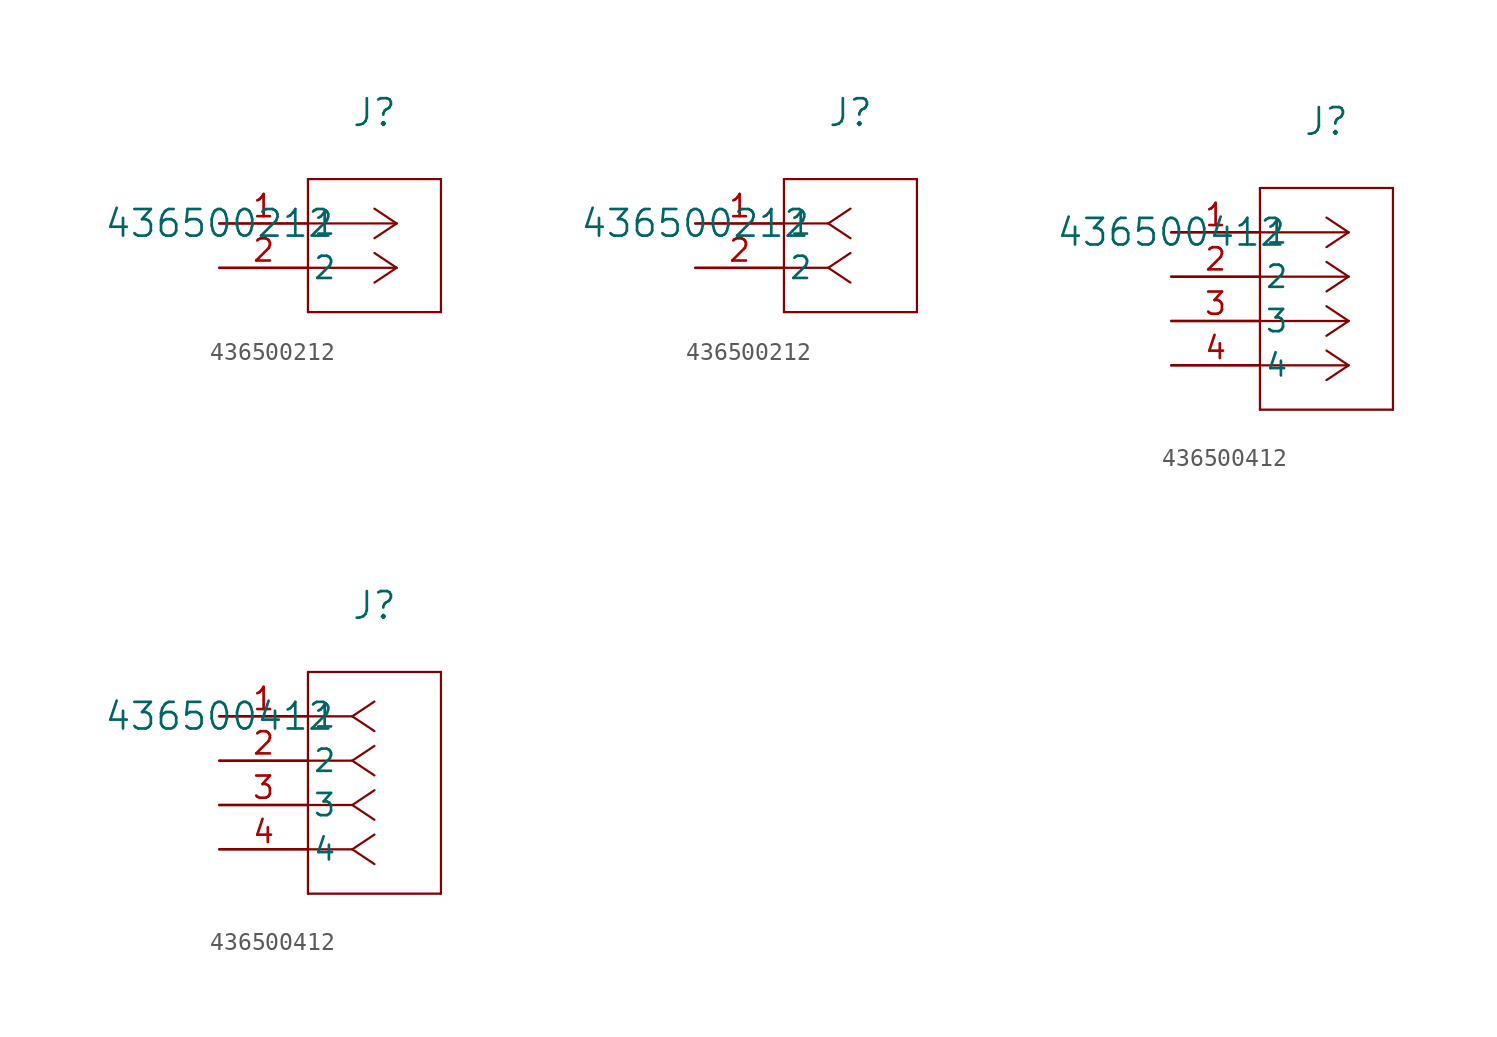
<source format=kicad_sym>
(kicad_symbol_lib
  (version 20241209)
  (generator "kicad_symbol_editor")
  (generator_version "9.0")
  (symbol "436500212"
    (pin_names
      (offset 0.254))
    (property "Reference" "J"
      (at 8.89 6.35 0)
      (effects (font (size 1.524 1.524))))
    (property "Value" "436500212"
      (at 0 0 0)
      (effects (font (size 1.524 1.524))))
    (property "ki_locked" ""
      (at 0 0 0)
      (effects (font (size 1.27 1.27))))
    (symbol "436500212_1_1"
      (polyline (pts (xy 5.08 2.54) (xy 5.08 -5.08)) (stroke (width 0.127) (type default)) (fill (type none)))
      (polyline (pts (xy 5.08 -5.08) (xy 12.7 -5.08)) (stroke (width 0.127) (type default)) (fill (type none)))
      (polyline (pts (xy 10.16 0) (xy 5.08 0)) (stroke (width 0.127) (type default)) (fill (type none)))
      (polyline (pts (xy 10.16 0) (xy 8.89 0.847)) (stroke (width 0.127) (type default)) (fill (type none)))
      (polyline (pts (xy 10.16 0) (xy 8.89 -0.847)) (stroke (width 0.127) (type default)) (fill (type none)))
      (polyline (pts (xy 10.16 -2.54) (xy 5.08 -2.54)) (stroke (width 0.127) (type default)) (fill (type none)))
      (polyline (pts (xy 10.16 -2.54) (xy 8.89 -1.693)) (stroke (width 0.127) (type default)) (fill (type none)))
      (polyline (pts (xy 10.16 -2.54) (xy 8.89 -3.387)) (stroke (width 0.127) (type default)) (fill (type none)))
      (polyline (pts (xy 12.7 2.54) (xy 5.08 2.54)) (stroke (width 0.127) (type default)) (fill (type none)))
      (polyline (pts (xy 12.7 -5.08) (xy 12.7 2.54)) (stroke (width 0.127) (type default)) (fill (type none)))
      (pin unspecified line (at 0 0 0) (length 5.08) (name "1" (effects (font (size 1.27 1.27)))) (number "1" (effects (font (size 1.27 1.27)))))
      (pin unspecified line (at 0 -2.54 0) (length 5.08) (name "2" (effects (font (size 1.27 1.27)))) (number "2" (effects (font (size 1.27 1.27))))))
    (symbol "436500212_1_2"
      (polyline (pts (xy 5.08 2.54) (xy 5.08 -5.08)) (stroke (width 0.127) (type default)) (fill (type none)))
      (polyline (pts (xy 5.08 -5.08) (xy 12.7 -5.08)) (stroke (width 0.127) (type default)) (fill (type none)))
      (polyline (pts (xy 7.62 0) (xy 5.08 0)) (stroke (width 0.127) (type default)) (fill (type none)))
      (polyline (pts (xy 7.62 0) (xy 8.89 0.847)) (stroke (width 0.127) (type default)) (fill (type none)))
      (polyline (pts (xy 7.62 0) (xy 8.89 -0.847)) (stroke (width 0.127) (type default)) (fill (type none)))
      (polyline (pts (xy 7.62 -2.54) (xy 5.08 -2.54)) (stroke (width 0.127) (type default)) (fill (type none)))
      (polyline (pts (xy 7.62 -2.54) (xy 8.89 -1.693)) (stroke (width 0.127) (type default)) (fill (type none)))
      (polyline (pts (xy 7.62 -2.54) (xy 8.89 -3.387)) (stroke (width 0.127) (type default)) (fill (type none)))
      (polyline (pts (xy 12.7 2.54) (xy 5.08 2.54)) (stroke (width 0.127) (type default)) (fill (type none)))
      (polyline (pts (xy 12.7 -5.08) (xy 12.7 2.54)) (stroke (width 0.127) (type default)) (fill (type none)))
      (pin unspecified line (at 0 0 0) (length 5.08) (name "1" (effects (font (size 1.27 1.27)))) (number "1" (effects (font (size 1.27 1.27)))))
      (pin unspecified line (at 0 -2.54 0) (length 5.08) (name "2" (effects (font (size 1.27 1.27)))) (number "2" (effects (font (size 1.27 1.27)))))))
  (symbol "436500412"
    (pin_names
      (offset 0.254))
    (property "Reference" "J"
      (at 8.89 6.35 0)
      (effects (font (size 1.524 1.524))))
    (property "Value" "436500412"
      (at 0 0 0)
      (effects (font (size 1.524 1.524))))
    (property "ki_locked" ""
      (at 0 0 0)
      (effects (font (size 1.27 1.27))))
    (symbol "436500412_1_1"
      (polyline (pts (xy 5.08 2.54) (xy 5.08 -10.16)) (stroke (width 0.127) (type default)) (fill (type none)))
      (polyline (pts (xy 5.08 -10.16) (xy 12.7 -10.16)) (stroke (width 0.127) (type default)) (fill (type none)))
      (polyline (pts (xy 10.16 0) (xy 5.08 0)) (stroke (width 0.127) (type default)) (fill (type none)))
      (polyline (pts (xy 10.16 0) (xy 8.89 0.847)) (stroke (width 0.127) (type default)) (fill (type none)))
      (polyline (pts (xy 10.16 0) (xy 8.89 -0.847)) (stroke (width 0.127) (type default)) (fill (type none)))
      (polyline (pts (xy 10.16 -2.54) (xy 5.08 -2.54)) (stroke (width 0.127) (type default)) (fill (type none)))
      (polyline (pts (xy 10.16 -2.54) (xy 8.89 -1.693)) (stroke (width 0.127) (type default)) (fill (type none)))
      (polyline (pts (xy 10.16 -2.54) (xy 8.89 -3.387)) (stroke (width 0.127) (type default)) (fill (type none)))
      (polyline (pts (xy 10.16 -5.08) (xy 5.08 -5.08)) (stroke (width 0.127) (type default)) (fill (type none)))
      (polyline (pts (xy 10.16 -5.08) (xy 8.89 -4.233)) (stroke (width 0.127) (type default)) (fill (type none)))
      (polyline (pts (xy 10.16 -5.08) (xy 8.89 -5.927)) (stroke (width 0.127) (type default)) (fill (type none)))
      (polyline (pts (xy 10.16 -7.62) (xy 5.08 -7.62)) (stroke (width 0.127) (type default)) (fill (type none)))
      (polyline (pts (xy 10.16 -7.62) (xy 8.89 -6.773)) (stroke (width 0.127) (type default)) (fill (type none)))
      (polyline (pts (xy 10.16 -7.62) (xy 8.89 -8.467)) (stroke (width 0.127) (type default)) (fill (type none)))
      (polyline (pts (xy 12.7 2.54) (xy 5.08 2.54)) (stroke (width 0.127) (type default)) (fill (type none)))
      (polyline (pts (xy 12.7 -10.16) (xy 12.7 2.54)) (stroke (width 0.127) (type default)) (fill (type none)))
      (pin unspecified line (at 0 0 0) (length 5.08) (name "1" (effects (font (size 1.27 1.27)))) (number "1" (effects (font (size 1.27 1.27)))))
      (pin unspecified line (at 0 -2.54 0) (length 5.08) (name "2" (effects (font (size 1.27 1.27)))) (number "2" (effects (font (size 1.27 1.27)))))
      (pin unspecified line (at 0 -5.08 0) (length 5.08) (name "3" (effects (font (size 1.27 1.27)))) (number "3" (effects (font (size 1.27 1.27)))))
      (pin unspecified line (at 0 -7.62 0) (length 5.08) (name "4" (effects (font (size 1.27 1.27)))) (number "4" (effects (font (size 1.27 1.27))))))
    (symbol "436500412_1_2"
      (polyline (pts (xy 5.08 2.54) (xy 5.08 -10.16)) (stroke (width 0.127) (type default)) (fill (type none)))
      (polyline (pts (xy 5.08 -10.16) (xy 12.7 -10.16)) (stroke (width 0.127) (type default)) (fill (type none)))
      (polyline (pts (xy 7.62 0) (xy 5.08 0)) (stroke (width 0.127) (type default)) (fill (type none)))
      (polyline (pts (xy 7.62 0) (xy 8.89 0.847)) (stroke (width 0.127) (type default)) (fill (type none)))
      (polyline (pts (xy 7.62 0) (xy 8.89 -0.847)) (stroke (width 0.127) (type default)) (fill (type none)))
      (polyline (pts (xy 7.62 -2.54) (xy 5.08 -2.54)) (stroke (width 0.127) (type default)) (fill (type none)))
      (polyline (pts (xy 7.62 -2.54) (xy 8.89 -1.693)) (stroke (width 0.127) (type default)) (fill (type none)))
      (polyline (pts (xy 7.62 -2.54) (xy 8.89 -3.387)) (stroke (width 0.127) (type default)) (fill (type none)))
      (polyline (pts (xy 7.62 -5.08) (xy 5.08 -5.08)) (stroke (width 0.127) (type default)) (fill (type none)))
      (polyline (pts (xy 7.62 -5.08) (xy 8.89 -4.233)) (stroke (width 0.127) (type default)) (fill (type none)))
      (polyline (pts (xy 7.62 -5.08) (xy 8.89 -5.927)) (stroke (width 0.127) (type default)) (fill (type none)))
      (polyline (pts (xy 7.62 -7.62) (xy 5.08 -7.62)) (stroke (width 0.127) (type default)) (fill (type none)))
      (polyline (pts (xy 7.62 -7.62) (xy 8.89 -6.773)) (stroke (width 0.127) (type default)) (fill (type none)))
      (polyline (pts (xy 7.62 -7.62) (xy 8.89 -8.467)) (stroke (width 0.127) (type default)) (fill (type none)))
      (polyline (pts (xy 12.7 2.54) (xy 5.08 2.54)) (stroke (width 0.127) (type default)) (fill (type none)))
      (polyline (pts (xy 12.7 -10.16) (xy 12.7 2.54)) (stroke (width 0.127) (type default)) (fill (type none)))
      (pin unspecified line (at 0 0 0) (length 5.08) (name "1" (effects (font (size 1.27 1.27)))) (number "1" (effects (font (size 1.27 1.27)))))
      (pin unspecified line (at 0 -2.54 0) (length 5.08) (name "2" (effects (font (size 1.27 1.27)))) (number "2" (effects (font (size 1.27 1.27)))))
      (pin unspecified line (at 0 -5.08 0) (length 5.08) (name "3" (effects (font (size 1.27 1.27)))) (number "3" (effects (font (size 1.27 1.27)))))
      (pin unspecified line (at 0 -7.62 0) (length 5.08) (name "4" (effects (font (size 1.27 1.27)))) (number "4" (effects (font (size 1.27 1.27))))))))
</source>
